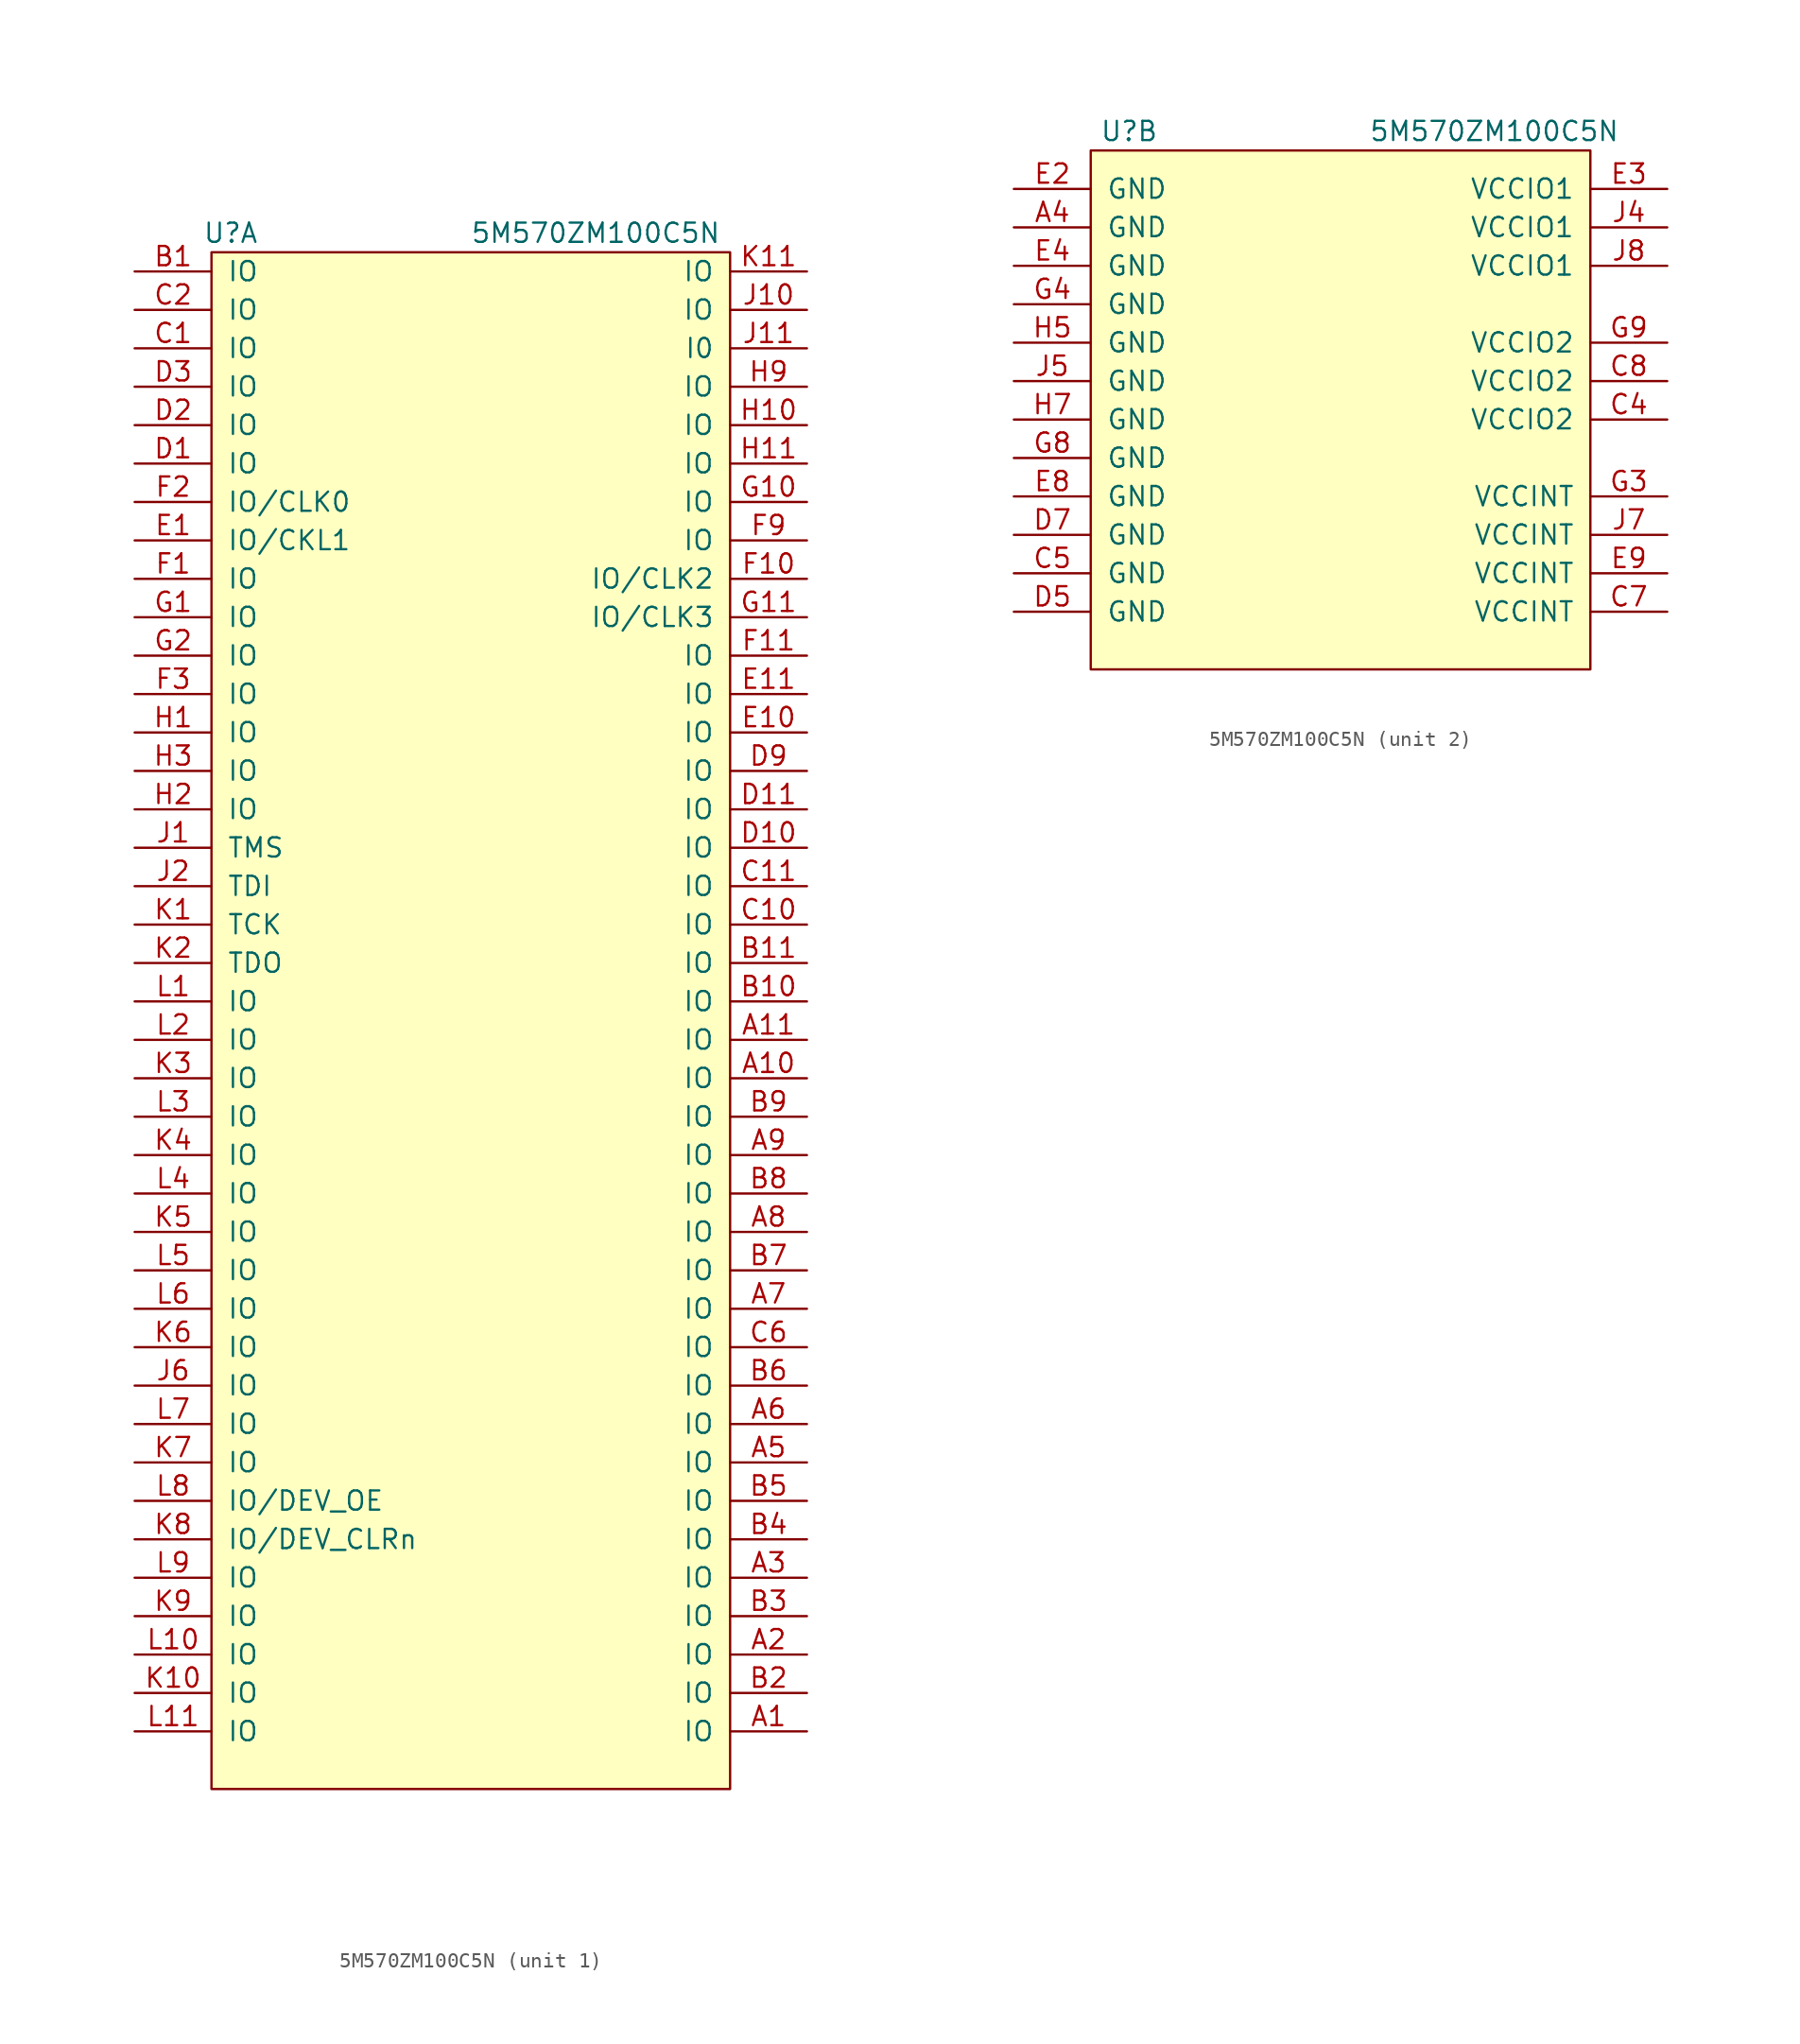
<source format=kicad_sym>
(kicad_symbol_lib
  (version 20211014)
  (generator kicad_symbol_editor)
  (symbol "5M570ZM100C5N"
    (pin_names
      (offset 1.016))
    (property "Reference" "U"
      (at -15.24 12.7 0)
      (effects (font (size 1.27 1.27))))
    (property "Value" "5M570ZM100C5N"
      (at 8.89 12.7 0)
      (effects (font (size 1.27 1.27))))
    (property "ki_locked" ""
      (at 0 0 0)
      (effects (font (size 1.27 1.27))))
    (symbol "5M570ZM100C5N_1_1"
      (rectangle (start -16.51 11.43) (end 17.78 -90.17) (stroke (width 0) (type default) (color 0 0 0 0)) (fill (type background)))
      (pin bidirectional line (at 22.86 -86.36 180) (length 5.08) (name "IO" (effects (font (size 1.27 1.27)))) (number "A1" (effects (font (size 1.27 1.27)))))
      (pin bidirectional line (at 22.86 -43.18 180) (length 5.08) (name "IO" (effects (font (size 1.27 1.27)))) (number "A10" (effects (font (size 1.27 1.27)))))
      (pin bidirectional line (at 22.86 -40.64 180) (length 5.08) (name "IO" (effects (font (size 1.27 1.27)))) (number "A11" (effects (font (size 1.27 1.27)))))
      (pin bidirectional line (at 22.86 -81.28 180) (length 5.08) (name "IO" (effects (font (size 1.27 1.27)))) (number "A2" (effects (font (size 1.27 1.27)))))
      (pin bidirectional line (at 22.86 -76.2 180) (length 5.08) (name "IO" (effects (font (size 1.27 1.27)))) (number "A3" (effects (font (size 1.27 1.27)))))
      (pin bidirectional line (at 22.86 -68.58 180) (length 5.08) (name "IO" (effects (font (size 1.27 1.27)))) (number "A5" (effects (font (size 1.27 1.27)))))
      (pin bidirectional line (at 22.86 -66.04 180) (length 5.08) (name "IO" (effects (font (size 1.27 1.27)))) (number "A6" (effects (font (size 1.27 1.27)))))
      (pin bidirectional line (at 22.86 -58.42 180) (length 5.08) (name "IO" (effects (font (size 1.27 1.27)))) (number "A7" (effects (font (size 1.27 1.27)))))
      (pin bidirectional line (at 22.86 -53.34 180) (length 5.08) (name "IO" (effects (font (size 1.27 1.27)))) (number "A8" (effects (font (size 1.27 1.27)))))
      (pin bidirectional line (at 22.86 -48.26 180) (length 5.08) (name "IO" (effects (font (size 1.27 1.27)))) (number "A9" (effects (font (size 1.27 1.27)))))
      (pin bidirectional line (at -21.59 10.16 0) (length 5.08) (name "IO" (effects (font (size 1.27 1.27)))) (number "B1" (effects (font (size 1.27 1.27)))))
      (pin bidirectional line (at 22.86 -38.1 180) (length 5.08) (name "IO" (effects (font (size 1.27 1.27)))) (number "B10" (effects (font (size 1.27 1.27)))))
      (pin bidirectional line (at 22.86 -35.56 180) (length 5.08) (name "IO" (effects (font (size 1.27 1.27)))) (number "B11" (effects (font (size 1.27 1.27)))))
      (pin bidirectional line (at 22.86 -83.82 180) (length 5.08) (name "IO" (effects (font (size 1.27 1.27)))) (number "B2" (effects (font (size 1.27 1.27)))))
      (pin bidirectional line (at 22.86 -78.74 180) (length 5.08) (name "IO" (effects (font (size 1.27 1.27)))) (number "B3" (effects (font (size 1.27 1.27)))))
      (pin bidirectional line (at 22.86 -73.66 180) (length 5.08) (name "IO" (effects (font (size 1.27 1.27)))) (number "B4" (effects (font (size 1.27 1.27)))))
      (pin bidirectional line (at 22.86 -71.12 180) (length 5.08) (name "IO" (effects (font (size 1.27 1.27)))) (number "B5" (effects (font (size 1.27 1.27)))))
      (pin bidirectional line (at 22.86 -63.5 180) (length 5.08) (name "IO" (effects (font (size 1.27 1.27)))) (number "B6" (effects (font (size 1.27 1.27)))))
      (pin bidirectional line (at 22.86 -55.88 180) (length 5.08) (name "IO" (effects (font (size 1.27 1.27)))) (number "B7" (effects (font (size 1.27 1.27)))))
      (pin bidirectional line (at 22.86 -50.8 180) (length 5.08) (name "IO" (effects (font (size 1.27 1.27)))) (number "B8" (effects (font (size 1.27 1.27)))))
      (pin bidirectional line (at 22.86 -45.72 180) (length 5.08) (name "IO" (effects (font (size 1.27 1.27)))) (number "B9" (effects (font (size 1.27 1.27)))))
      (pin bidirectional line (at -21.59 5.08 0) (length 5.08) (name "IO" (effects (font (size 1.27 1.27)))) (number "C1" (effects (font (size 1.27 1.27)))))
      (pin bidirectional line (at 22.86 -33.02 180) (length 5.08) (name "IO" (effects (font (size 1.27 1.27)))) (number "C10" (effects (font (size 1.27 1.27)))))
      (pin bidirectional line (at 22.86 -30.48 180) (length 5.08) (name "IO" (effects (font (size 1.27 1.27)))) (number "C11" (effects (font (size 1.27 1.27)))))
      (pin bidirectional line (at -21.59 7.62 0) (length 5.08) (name "IO" (effects (font (size 1.27 1.27)))) (number "C2" (effects (font (size 1.27 1.27)))))
      (pin bidirectional line (at 22.86 -60.96 180) (length 5.08) (name "IO" (effects (font (size 1.27 1.27)))) (number "C6" (effects (font (size 1.27 1.27)))))
      (pin bidirectional line (at -21.59 -2.54 0) (length 5.08) (name "IO" (effects (font (size 1.27 1.27)))) (number "D1" (effects (font (size 1.27 1.27)))))
      (pin bidirectional line (at 22.86 -27.94 180) (length 5.08) (name "IO" (effects (font (size 1.27 1.27)))) (number "D10" (effects (font (size 1.27 1.27)))))
      (pin bidirectional line (at 22.86 -25.4 180) (length 5.08) (name "IO" (effects (font (size 1.27 1.27)))) (number "D11" (effects (font (size 1.27 1.27)))))
      (pin bidirectional line (at -21.59 0 0) (length 5.08) (name "IO" (effects (font (size 1.27 1.27)))) (number "D2" (effects (font (size 1.27 1.27)))))
      (pin bidirectional line (at -21.59 2.54 0) (length 5.08) (name "IO" (effects (font (size 1.27 1.27)))) (number "D3" (effects (font (size 1.27 1.27)))))
      (pin bidirectional line (at 22.86 -22.86 180) (length 5.08) (name "IO" (effects (font (size 1.27 1.27)))) (number "D9" (effects (font (size 1.27 1.27)))))
      (pin bidirectional line (at -21.59 -7.62 0) (length 5.08) (name "IO/CKL1" (effects (font (size 1.27 1.27)))) (number "E1" (effects (font (size 1.27 1.27)))))
      (pin bidirectional line (at 22.86 -20.32 180) (length 5.08) (name "IO" (effects (font (size 1.27 1.27)))) (number "E10" (effects (font (size 1.27 1.27)))))
      (pin bidirectional line (at 22.86 -17.78 180) (length 5.08) (name "IO" (effects (font (size 1.27 1.27)))) (number "E11" (effects (font (size 1.27 1.27)))))
      (pin bidirectional line (at -21.59 -10.16 0) (length 5.08) (name "IO" (effects (font (size 1.27 1.27)))) (number "F1" (effects (font (size 1.27 1.27)))))
      (pin bidirectional line (at 22.86 -10.16 180) (length 5.08) (name "IO/CLK2" (effects (font (size 1.27 1.27)))) (number "F10" (effects (font (size 1.27 1.27)))))
      (pin bidirectional line (at 22.86 -15.24 180) (length 5.08) (name "IO" (effects (font (size 1.27 1.27)))) (number "F11" (effects (font (size 1.27 1.27)))))
      (pin bidirectional line (at -21.59 -5.08 0) (length 5.08) (name "IO/CLK0" (effects (font (size 1.27 1.27)))) (number "F2" (effects (font (size 1.27 1.27)))))
      (pin bidirectional line (at -21.59 -17.78 0) (length 5.08) (name "IO" (effects (font (size 1.27 1.27)))) (number "F3" (effects (font (size 1.27 1.27)))))
      (pin bidirectional line (at 22.86 -7.62 180) (length 5.08) (name "IO" (effects (font (size 1.27 1.27)))) (number "F9" (effects (font (size 1.27 1.27)))))
      (pin bidirectional line (at -21.59 -12.7 0) (length 5.08) (name "IO" (effects (font (size 1.27 1.27)))) (number "G1" (effects (font (size 1.27 1.27)))))
      (pin bidirectional line (at 22.86 -5.08 180) (length 5.08) (name "IO" (effects (font (size 1.27 1.27)))) (number "G10" (effects (font (size 1.27 1.27)))))
      (pin bidirectional line (at 22.86 -12.7 180) (length 5.08) (name "IO/CLK3" (effects (font (size 1.27 1.27)))) (number "G11" (effects (font (size 1.27 1.27)))))
      (pin bidirectional line (at -21.59 -15.24 0) (length 5.08) (name "IO" (effects (font (size 1.27 1.27)))) (number "G2" (effects (font (size 1.27 1.27)))))
      (pin bidirectional line (at -21.59 -20.32 0) (length 5.08) (name "IO" (effects (font (size 1.27 1.27)))) (number "H1" (effects (font (size 1.27 1.27)))))
      (pin bidirectional line (at 22.86 0 180) (length 5.08) (name "IO" (effects (font (size 1.27 1.27)))) (number "H10" (effects (font (size 1.27 1.27)))))
      (pin bidirectional line (at 22.86 -2.54 180) (length 5.08) (name "IO" (effects (font (size 1.27 1.27)))) (number "H11" (effects (font (size 1.27 1.27)))))
      (pin bidirectional line (at -21.59 -25.4 0) (length 5.08) (name "IO" (effects (font (size 1.27 1.27)))) (number "H2" (effects (font (size 1.27 1.27)))))
      (pin bidirectional line (at -21.59 -22.86 0) (length 5.08) (name "IO" (effects (font (size 1.27 1.27)))) (number "H3" (effects (font (size 1.27 1.27)))))
      (pin bidirectional line (at 22.86 2.54 180) (length 5.08) (name "IO" (effects (font (size 1.27 1.27)))) (number "H9" (effects (font (size 1.27 1.27)))))
      (pin bidirectional line (at -21.59 -27.94 0) (length 5.08) (name "TMS" (effects (font (size 1.27 1.27)))) (number "J1" (effects (font (size 1.27 1.27)))))
      (pin bidirectional line (at 22.86 7.62 180) (length 5.08) (name "IO" (effects (font (size 1.27 1.27)))) (number "J10" (effects (font (size 1.27 1.27)))))
      (pin bidirectional line (at 22.86 5.08 180) (length 5.08) (name "I0" (effects (font (size 1.27 1.27)))) (number "J11" (effects (font (size 1.27 1.27)))))
      (pin bidirectional line (at -21.59 -30.48 0) (length 5.08) (name "TDI" (effects (font (size 1.27 1.27)))) (number "J2" (effects (font (size 1.27 1.27)))))
      (pin bidirectional line (at -21.59 -63.5 0) (length 5.08) (name "IO" (effects (font (size 1.27 1.27)))) (number "J6" (effects (font (size 1.27 1.27)))))
      (pin bidirectional line (at -21.59 -33.02 0) (length 5.08) (name "TCK" (effects (font (size 1.27 1.27)))) (number "K1" (effects (font (size 1.27 1.27)))))
      (pin bidirectional line (at -21.59 -83.82 0) (length 5.08) (name "IO" (effects (font (size 1.27 1.27)))) (number "K10" (effects (font (size 1.27 1.27)))))
      (pin bidirectional line (at 22.86 10.16 180) (length 5.08) (name "IO" (effects (font (size 1.27 1.27)))) (number "K11" (effects (font (size 1.27 1.27)))))
      (pin bidirectional line (at -21.59 -35.56 0) (length 5.08) (name "TDO" (effects (font (size 1.27 1.27)))) (number "K2" (effects (font (size 1.27 1.27)))))
      (pin bidirectional line (at -21.59 -43.18 0) (length 5.08) (name "IO" (effects (font (size 1.27 1.27)))) (number "K3" (effects (font (size 1.27 1.27)))))
      (pin bidirectional line (at -21.59 -48.26 0) (length 5.08) (name "IO" (effects (font (size 1.27 1.27)))) (number "K4" (effects (font (size 1.27 1.27)))))
      (pin bidirectional line (at -21.59 -53.34 0) (length 5.08) (name "IO" (effects (font (size 1.27 1.27)))) (number "K5" (effects (font (size 1.27 1.27)))))
      (pin bidirectional line (at -21.59 -60.96 0) (length 5.08) (name "IO" (effects (font (size 1.27 1.27)))) (number "K6" (effects (font (size 1.27 1.27)))))
      (pin bidirectional line (at -21.59 -68.58 0) (length 5.08) (name "IO" (effects (font (size 1.27 1.27)))) (number "K7" (effects (font (size 1.27 1.27)))))
      (pin bidirectional line (at -21.59 -73.66 0) (length 5.08) (name "IO/DEV_CLRn" (effects (font (size 1.27 1.27)))) (number "K8" (effects (font (size 1.27 1.27)))))
      (pin bidirectional line (at -21.59 -78.74 0) (length 5.08) (name "IO" (effects (font (size 1.27 1.27)))) (number "K9" (effects (font (size 1.27 1.27)))))
      (pin bidirectional line (at -21.59 -38.1 0) (length 5.08) (name "IO" (effects (font (size 1.27 1.27)))) (number "L1" (effects (font (size 1.27 1.27)))))
      (pin bidirectional line (at -21.59 -81.28 0) (length 5.08) (name "IO" (effects (font (size 1.27 1.27)))) (number "L10" (effects (font (size 1.27 1.27)))))
      (pin bidirectional line (at -21.59 -86.36 0) (length 5.08) (name "IO" (effects (font (size 1.27 1.27)))) (number "L11" (effects (font (size 1.27 1.27)))))
      (pin bidirectional line (at -21.59 -40.64 0) (length 5.08) (name "IO" (effects (font (size 1.27 1.27)))) (number "L2" (effects (font (size 1.27 1.27)))))
      (pin bidirectional line (at -21.59 -45.72 0) (length 5.08) (name "IO" (effects (font (size 1.27 1.27)))) (number "L3" (effects (font (size 1.27 1.27)))))
      (pin bidirectional line (at -21.59 -50.8 0) (length 5.08) (name "IO" (effects (font (size 1.27 1.27)))) (number "L4" (effects (font (size 1.27 1.27)))))
      (pin bidirectional line (at -21.59 -55.88 0) (length 5.08) (name "IO" (effects (font (size 1.27 1.27)))) (number "L5" (effects (font (size 1.27 1.27)))))
      (pin bidirectional line (at -21.59 -58.42 0) (length 5.08) (name "IO" (effects (font (size 1.27 1.27)))) (number "L6" (effects (font (size 1.27 1.27)))))
      (pin bidirectional line (at -21.59 -66.04 0) (length 5.08) (name "IO" (effects (font (size 1.27 1.27)))) (number "L7" (effects (font (size 1.27 1.27)))))
      (pin bidirectional line (at -21.59 -71.12 0) (length 5.08) (name "IO/DEV_OE" (effects (font (size 1.27 1.27)))) (number "L8" (effects (font (size 1.27 1.27)))))
      (pin bidirectional line (at -21.59 -76.2 0) (length 5.08) (name "IO" (effects (font (size 1.27 1.27)))) (number "L9" (effects (font (size 1.27 1.27))))))
    (symbol "5M570ZM100C5N_2_1"
      (rectangle (start -17.78 11.43) (end 15.24 -22.86) (stroke (width 0) (type default) (color 0 0 0 0)) (fill (type background)))
      (pin bidirectional line (at -22.86 6.35 0) (length 5.08) (name "GND" (effects (font (size 1.27 1.27)))) (number "A4" (effects (font (size 1.27 1.27)))))
      (pin bidirectional line (at 20.32 -6.35 180) (length 5.08) (name "VCCIO2" (effects (font (size 1.27 1.27)))) (number "C4" (effects (font (size 1.27 1.27)))))
      (pin bidirectional line (at -22.86 -16.51 0) (length 5.08) (name "GND" (effects (font (size 1.27 1.27)))) (number "C5" (effects (font (size 1.27 1.27)))))
      (pin bidirectional line (at 20.32 -19.05 180) (length 5.08) (name "VCCINT" (effects (font (size 1.27 1.27)))) (number "C7" (effects (font (size 1.27 1.27)))))
      (pin bidirectional line (at 20.32 -3.81 180) (length 5.08) (name "VCCIO2" (effects (font (size 1.27 1.27)))) (number "C8" (effects (font (size 1.27 1.27)))))
      (pin bidirectional line (at -22.86 -19.05 0) (length 5.08) (name "GND" (effects (font (size 1.27 1.27)))) (number "D5" (effects (font (size 1.27 1.27)))))
      (pin bidirectional line (at -22.86 -13.97 0) (length 5.08) (name "GND" (effects (font (size 1.27 1.27)))) (number "D7" (effects (font (size 1.27 1.27)))))
      (pin bidirectional line (at -22.86 8.89 0) (length 5.08) (name "GND" (effects (font (size 1.27 1.27)))) (number "E2" (effects (font (size 1.27 1.27)))))
      (pin bidirectional line (at 20.32 8.89 180) (length 5.08) (name "VCCIO1" (effects (font (size 1.27 1.27)))) (number "E3" (effects (font (size 1.27 1.27)))))
      (pin bidirectional line (at -22.86 3.81 0) (length 5.08) (name "GND" (effects (font (size 1.27 1.27)))) (number "E4" (effects (font (size 1.27 1.27)))))
      (pin bidirectional line (at -22.86 -11.43 0) (length 5.08) (name "GND" (effects (font (size 1.27 1.27)))) (number "E8" (effects (font (size 1.27 1.27)))))
      (pin bidirectional line (at 20.32 -16.51 180) (length 5.08) (name "VCCINT" (effects (font (size 1.27 1.27)))) (number "E9" (effects (font (size 1.27 1.27)))))
      (pin bidirectional line (at 20.32 -11.43 180) (length 5.08) (name "VCCINT" (effects (font (size 1.27 1.27)))) (number "G3" (effects (font (size 1.27 1.27)))))
      (pin bidirectional line (at -22.86 1.27 0) (length 5.08) (name "GND" (effects (font (size 1.27 1.27)))) (number "G4" (effects (font (size 1.27 1.27)))))
      (pin bidirectional line (at -22.86 -8.89 0) (length 5.08) (name "GND" (effects (font (size 1.27 1.27)))) (number "G8" (effects (font (size 1.27 1.27)))))
      (pin bidirectional line (at 20.32 -1.27 180) (length 5.08) (name "VCCIO2" (effects (font (size 1.27 1.27)))) (number "G9" (effects (font (size 1.27 1.27)))))
      (pin bidirectional line (at -22.86 -1.27 0) (length 5.08) (name "GND" (effects (font (size 1.27 1.27)))) (number "H5" (effects (font (size 1.27 1.27)))))
      (pin bidirectional line (at -22.86 -6.35 0) (length 5.08) (name "GND" (effects (font (size 1.27 1.27)))) (number "H7" (effects (font (size 1.27 1.27)))))
      (pin bidirectional line (at 20.32 6.35 180) (length 5.08) (name "VCCIO1" (effects (font (size 1.27 1.27)))) (number "J4" (effects (font (size 1.27 1.27)))))
      (pin bidirectional line (at -22.86 -3.81 0) (length 5.08) (name "GND" (effects (font (size 1.27 1.27)))) (number "J5" (effects (font (size 1.27 1.27)))))
      (pin bidirectional line (at 20.32 -13.97 180) (length 5.08) (name "VCCINT" (effects (font (size 1.27 1.27)))) (number "J7" (effects (font (size 1.27 1.27)))))
      (pin bidirectional line (at 20.32 3.81 180) (length 5.08) (name "VCCIO1" (effects (font (size 1.27 1.27)))) (number "J8" (effects (font (size 1.27 1.27))))))))
</source>
